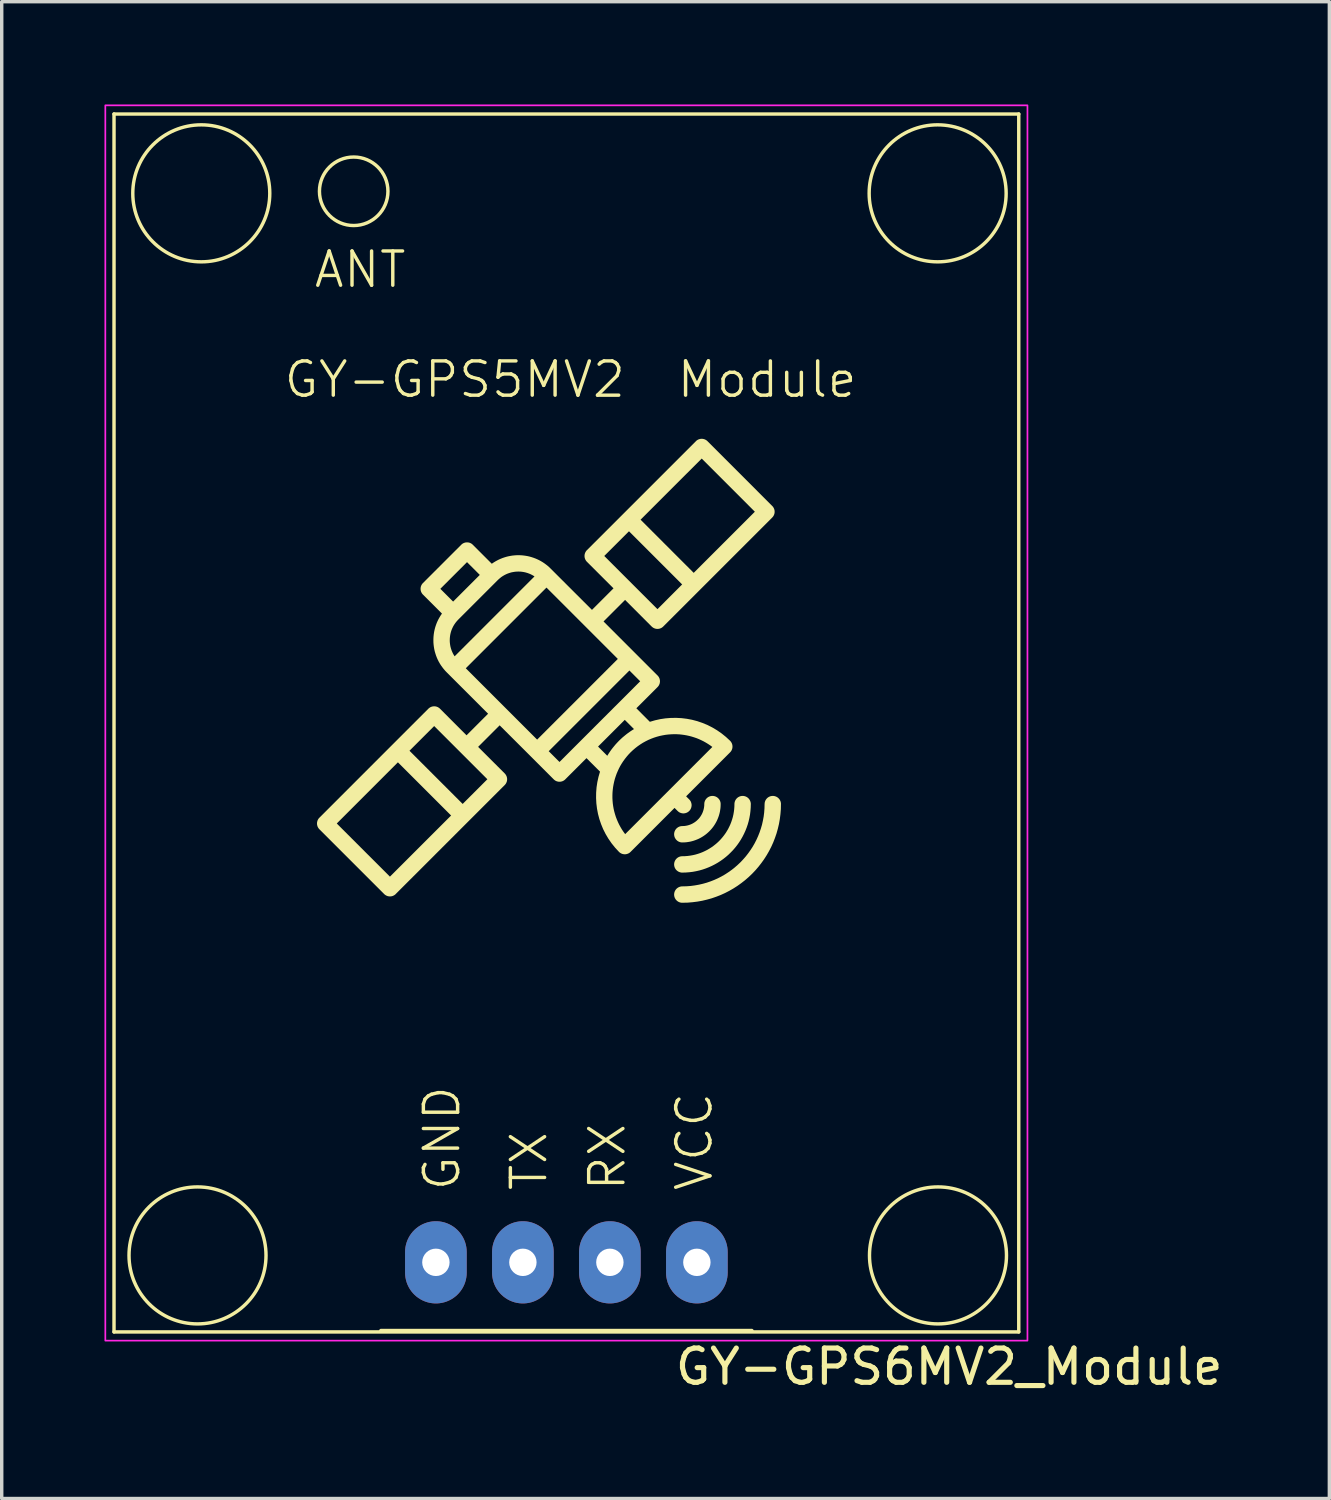
<source format=kicad_pcb>
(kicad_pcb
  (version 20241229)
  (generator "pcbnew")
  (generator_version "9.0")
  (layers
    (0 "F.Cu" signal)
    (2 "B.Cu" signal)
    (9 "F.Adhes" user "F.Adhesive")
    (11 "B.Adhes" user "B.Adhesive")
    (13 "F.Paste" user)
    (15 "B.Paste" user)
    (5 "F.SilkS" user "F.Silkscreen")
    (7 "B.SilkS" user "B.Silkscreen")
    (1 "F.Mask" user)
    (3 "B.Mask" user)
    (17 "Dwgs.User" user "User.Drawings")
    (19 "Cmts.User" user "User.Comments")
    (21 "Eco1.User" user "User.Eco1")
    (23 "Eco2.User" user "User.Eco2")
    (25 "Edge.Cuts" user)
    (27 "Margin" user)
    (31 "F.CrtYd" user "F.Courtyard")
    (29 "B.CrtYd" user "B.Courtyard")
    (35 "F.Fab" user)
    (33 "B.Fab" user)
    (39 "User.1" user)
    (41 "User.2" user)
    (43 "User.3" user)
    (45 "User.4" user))
  (footprint "GY-GPS6MV2_Module"
    (layer "F.Cu")
    (at 13.487 19.075)
    (property "Reference" "GY-GPS6MV2_Module" (at 11.176 17.78 0) (layer "F.SilkS") (effects (font (size 1 1) (thickness 0.15))))
    (attr through_hole)
    (fp_line (start -13.208 -18.796) (end -13.208 16.764) (stroke (width 0.1) (type default)) (layer "F.SilkS"))
    (fp_line (start -13.208 16.764) (end 13.208 16.764) (stroke (width 0.1) (type default)) (layer "F.SilkS"))
    (fp_line (start 5.41 16.732) (end -5.41 16.732) (stroke (width 0.12) (type default)) (layer "F.SilkS"))
    (fp_line (start 13.208 -18.796) (end -13.208 -18.796) (stroke (width 0.1) (type default)) (layer "F.SilkS"))
    (fp_line (start 13.208 16.764) (end 13.208 -18.796) (stroke (width 0.1) (type default)) (layer "F.SilkS"))
    (fp_circle (center -10.77 14.53) (end -8.77 14.53) (stroke (width 0.1) (type default)) (fill no) (layer "F.SilkS"))
    (fp_circle (center -10.66 -16.48) (end -8.66 -16.48) (stroke (width 0.1) (type default)) (fill no) (layer "F.SilkS"))
    (fp_circle (center -6.21 -16.54) (end -5.21 -16.54) (stroke (width 0.1) (type default)) (fill no) (layer "F.SilkS"))
    (fp_circle (center 10.84 -16.48) (end 12.84 -16.48) (stroke (width 0.1) (type default)) (fill no) (layer "F.SilkS"))
    (fp_circle (center 10.85 14.53) (end 12.85 14.53) (stroke (width 0.1) (type default)) (fill no) (layer "F.SilkS"))
    (fp_poly (pts (xy 4.278 1.114) (xy 4.29 1.115) (xy 4.302 1.117) (xy 4.314 1.119) (xy 4.325 1.121) (xy 4.336 1.125) (xy 4.348 1.128) (xy 4.358 1.133) (xy 4.369 1.137) (xy 4.379 1.143) (xy 4.389 1.148) (xy 4.399 1.155) (xy 4.408 1.161) (xy 4.417 1.168) (xy 4.426 1.176) (xy 4.434 1.184) (xy 4.442 1.192) (xy 4.45 1.201) (xy 4.457 1.21) (xy 4.464 1.219) (xy 4.47 1.229) (xy 4.476 1.239) (xy 4.481 1.249) (xy 4.486 1.26) (xy 4.49 1.271) (xy 4.494 1.282) (xy 4.497 1.293) (xy 4.5 1.305) (xy 4.502 1.316) (xy 4.503 1.328) (xy 4.504 1.341) (xy 4.504 1.353) (xy 4.503 1.41) (xy 4.499 1.467) (xy 4.491 1.523) (xy 4.482 1.578) (xy 4.469 1.632) (xy 4.454 1.685) (xy 4.436 1.737) (xy 4.416 1.788) (xy 4.394 1.838) (xy 4.369 1.886) (xy 4.342 1.933) (xy 4.313 1.978) (xy 4.282 2.022) (xy 4.248 2.065) (xy 4.213 2.105) (xy 4.176 2.144) (xy 4.137 2.181) (xy 4.097 2.216) (xy 4.054 2.25) (xy 4.01 2.281) (xy 3.965 2.31) (xy 3.918 2.337) (xy 3.87 2.362) (xy 3.82 2.384) (xy 3.769 2.404) (xy 3.717 2.422) (xy 3.664 2.437) (xy 3.61 2.45) (xy 3.555 2.459) (xy 3.499 2.467) (xy 3.442 2.471) (xy 3.385 2.472) (xy 3.373 2.472) (xy 3.36 2.471) (xy 3.349 2.47) (xy 3.337 2.468) (xy 3.325 2.465) (xy 3.314 2.462) (xy 3.303 2.458) (xy 3.292 2.454) (xy 3.281 2.449) (xy 3.271 2.444) (xy 3.261 2.438) (xy 3.251 2.432) (xy 3.242 2.425) (xy 3.233 2.418) (xy 3.224 2.41) (xy 3.216 2.402) (xy 3.208 2.394) (xy 3.2 2.385) (xy 3.193 2.376) (xy 3.187 2.367) (xy 3.181 2.357) (xy 3.175 2.347) (xy 3.169 2.337) (xy 3.165 2.326) (xy 3.16 2.316) (xy 3.157 2.304) (xy 3.153 2.293) (xy 3.151 2.282) (xy 3.149 2.27) (xy 3.147 2.258) (xy 3.146 2.246) (xy 3.146 2.233) (xy 3.146 2.221) (xy 3.147 2.209) (xy 3.149 2.197) (xy 3.151 2.185) (xy 3.153 2.174) (xy 3.157 2.162) (xy 3.16 2.151) (xy 3.165 2.14) (xy 3.169 2.13) (xy 3.175 2.119) (xy 3.181 2.109) (xy 3.187 2.1) (xy 3.193 2.09) (xy 3.2 2.081) (xy 3.208 2.073) (xy 3.216 2.064) (xy 3.224 2.056) (xy 3.233 2.049) (xy 3.242 2.042) (xy 3.251 2.035) (xy 3.261 2.029) (xy 3.271 2.023) (xy 3.281 2.018) (xy 3.292 2.013) (xy 3.303 2.009) (xy 3.314 2.005) (xy 3.325 2.002) (xy 3.337 1.999) (xy 3.349 1.997) (xy 3.36 1.996) (xy 3.373 1.995) (xy 3.385 1.994) (xy 3.418 1.993) (xy 3.45 1.991) (xy 3.482 1.987) (xy 3.514 1.981) (xy 3.545 1.974) (xy 3.575 1.965) (xy 3.605 1.955) (xy 3.634 1.944) (xy 3.663 1.931) (xy 3.69 1.917) (xy 3.717 1.901) (xy 3.743 1.885) (xy 3.768 1.867) (xy 3.793 1.848) (xy 3.816 1.827) (xy 3.838 1.806) (xy 3.86 1.784) (xy 3.88 1.761) (xy 3.899 1.736) (xy 3.917 1.711) (xy 3.933 1.685) (xy 3.949 1.658) (xy 3.963 1.631) (xy 3.976 1.602) (xy 3.987 1.573) (xy 3.997 1.543) (xy 4.006 1.513) (xy 4.013 1.482) (xy 4.019 1.45) (xy 4.023 1.418) (xy 4.026 1.386) (xy 4.026 1.353) (xy 4.027 1.341) (xy 4.028 1.328) (xy 4.029 1.316) (xy 4.031 1.305) (xy 4.034 1.293) (xy 4.037 1.282) (xy 4.041 1.271) (xy 4.045 1.26) (xy 4.05 1.249) (xy 4.055 1.239) (xy 4.061 1.229) (xy 4.067 1.219) (xy 4.074 1.21) (xy 4.081 1.201) (xy 4.088 1.192) (xy 4.096 1.184) (xy 4.105 1.176) (xy 4.113 1.168) (xy 4.122 1.161) (xy 4.132 1.155) (xy 4.141 1.148) (xy 4.151 1.143) (xy 4.162 1.137) (xy 4.172 1.133) (xy 4.183 1.128) (xy 4.194 1.125) (xy 4.206 1.121) (xy 4.217 1.119) (xy 4.229 1.117) (xy 4.241 1.115) (xy 4.253 1.114) (xy 4.265 1.114)) (stroke (width 0) (type solid)) (fill yes) (layer "F.SilkS"))
    (fp_poly (pts (xy 5.158 1.114) (xy 5.17 1.115) (xy 5.182 1.117) (xy 5.194 1.119) (xy 5.206 1.121) (xy 5.217 1.125) (xy 5.228 1.128) (xy 5.239 1.133) (xy 5.249 1.137) (xy 5.26 1.143) (xy 5.27 1.148) (xy 5.279 1.155) (xy 5.289 1.161) (xy 5.298 1.168) (xy 5.307 1.176) (xy 5.315 1.184) (xy 5.323 1.192) (xy 5.33 1.201) (xy 5.337 1.21) (xy 5.344 1.219) (xy 5.35 1.229) (xy 5.356 1.239) (xy 5.361 1.249) (xy 5.366 1.26) (xy 5.37 1.271) (xy 5.374 1.282) (xy 5.377 1.293) (xy 5.38 1.305) (xy 5.382 1.316) (xy 5.384 1.328) (xy 5.385 1.341) (xy 5.385 1.353) (xy 5.382 1.456) (xy 5.374 1.557) (xy 5.362 1.657) (xy 5.344 1.755) (xy 5.322 1.852) (xy 5.295 1.947) (xy 5.263 2.04) (xy 5.227 2.131) (xy 5.187 2.219) (xy 5.143 2.305) (xy 5.095 2.389) (xy 5.043 2.47) (xy 4.987 2.549) (xy 4.928 2.624) (xy 4.865 2.697) (xy 4.798 2.766) (xy 4.729 2.833) (xy 4.656 2.896) (xy 4.581 2.955) (xy 4.502 3.011) (xy 4.421 3.063) (xy 4.337 3.111) (xy 4.251 3.155) (xy 4.163 3.195) (xy 4.072 3.231) (xy 3.979 3.263) (xy 3.884 3.29) (xy 3.787 3.312) (xy 3.689 3.33) (xy 3.589 3.342) (xy 3.488 3.35) (xy 3.385 3.353) (xy 3.373 3.353) (xy 3.36 3.352) (xy 3.348 3.35) (xy 3.337 3.348) (xy 3.325 3.345) (xy 3.314 3.342) (xy 3.303 3.338) (xy 3.292 3.334) (xy 3.281 3.329) (xy 3.271 3.324) (xy 3.261 3.318) (xy 3.251 3.312) (xy 3.242 3.305) (xy 3.233 3.298) (xy 3.224 3.291) (xy 3.216 3.283) (xy 3.208 3.275) (xy 3.2 3.266) (xy 3.193 3.257) (xy 3.187 3.247) (xy 3.18 3.238) (xy 3.175 3.228) (xy 3.169 3.217) (xy 3.165 3.207) (xy 3.16 3.196) (xy 3.157 3.185) (xy 3.153 3.174) (xy 3.151 3.162) (xy 3.149 3.15) (xy 3.147 3.138) (xy 3.146 3.126) (xy 3.146 3.114) (xy 3.146 3.102) (xy 3.147 3.089) (xy 3.149 3.077) (xy 3.151 3.066) (xy 3.153 3.054) (xy 3.157 3.043) (xy 3.16 3.032) (xy 3.165 3.021) (xy 3.169 3.01) (xy 3.175 3) (xy 3.18 2.99) (xy 3.187 2.98) (xy 3.193 2.971) (xy 3.2 2.962) (xy 3.208 2.953) (xy 3.216 2.945) (xy 3.224 2.937) (xy 3.233 2.929) (xy 3.242 2.922) (xy 3.251 2.916) (xy 3.261 2.909) (xy 3.271 2.904) (xy 3.281 2.898) (xy 3.292 2.894) (xy 3.303 2.889) (xy 3.314 2.886) (xy 3.325 2.882) (xy 3.337 2.88) (xy 3.348 2.878) (xy 3.36 2.876) (xy 3.373 2.875) (xy 3.385 2.875) (xy 3.463 2.873) (xy 3.54 2.867) (xy 3.616 2.857) (xy 3.691 2.844) (xy 3.765 2.827) (xy 3.837 2.806) (xy 3.908 2.782) (xy 3.977 2.755) (xy 4.044 2.724) (xy 4.11 2.691) (xy 4.173 2.654) (xy 4.235 2.615) (xy 4.295 2.572) (xy 4.352 2.527) (xy 4.408 2.479) (xy 4.461 2.429) (xy 4.511 2.376) (xy 4.559 2.32) (xy 4.604 2.263) (xy 4.647 2.203) (xy 4.686 2.141) (xy 4.723 2.078) (xy 4.756 2.012) (xy 4.787 1.945) (xy 4.814 1.876) (xy 4.838 1.805) (xy 4.859 1.733) (xy 4.876 1.659) (xy 4.889 1.584) (xy 4.899 1.508) (xy 4.905 1.431) (xy 4.907 1.353) (xy 4.907 1.341) (xy 4.908 1.328) (xy 4.91 1.316) (xy 4.912 1.305) (xy 4.914 1.293) (xy 4.918 1.282) (xy 4.921 1.271) (xy 4.926 1.26) (xy 4.93 1.249) (xy 4.936 1.239) (xy 4.941 1.229) (xy 4.948 1.219) (xy 4.954 1.21) (xy 4.961 1.201) (xy 4.969 1.192) (xy 4.977 1.184) (xy 4.985 1.176) (xy 4.994 1.168) (xy 5.003 1.161) (xy 5.012 1.155) (xy 5.022 1.148) (xy 5.032 1.143) (xy 5.042 1.137) (xy 5.053 1.133) (xy 5.064 1.128) (xy 5.075 1.125) (xy 5.086 1.121) (xy 5.098 1.119) (xy 5.109 1.117) (xy 5.121 1.115) (xy 5.134 1.114) (xy 5.146 1.114)) (stroke (width 0) (type solid)) (fill yes) (layer "F.SilkS"))
    (fp_poly (pts (xy 6.039 1.114) (xy 6.051 1.115) (xy 6.063 1.117) (xy 6.074 1.119) (xy 6.086 1.121) (xy 6.097 1.125) (xy 6.108 1.128) (xy 6.119 1.133) (xy 6.13 1.137) (xy 6.14 1.143) (xy 6.15 1.148) (xy 6.16 1.155) (xy 6.169 1.161) (xy 6.178 1.168) (xy 6.187 1.176) (xy 6.195 1.184) (xy 6.203 1.192) (xy 6.211 1.201) (xy 6.218 1.21) (xy 6.225 1.219) (xy 6.231 1.229) (xy 6.236 1.239) (xy 6.242 1.249) (xy 6.247 1.26) (xy 6.251 1.271) (xy 6.255 1.282) (xy 6.258 1.293) (xy 6.26 1.305) (xy 6.263 1.316) (xy 6.264 1.328) (xy 6.265 1.341) (xy 6.265 1.353) (xy 6.262 1.501) (xy 6.25 1.647) (xy 6.232 1.791) (xy 6.207 1.933) (xy 6.174 2.072) (xy 6.136 2.208) (xy 6.09 2.342) (xy 6.039 2.473) (xy 5.981 2.601) (xy 5.917 2.725) (xy 5.848 2.845) (xy 5.773 2.962) (xy 5.692 3.075) (xy 5.607 3.184) (xy 5.516 3.289) (xy 5.421 3.389) (xy 5.321 3.484) (xy 5.216 3.575) (xy 5.107 3.66) (xy 4.994 3.741) (xy 4.877 3.816) (xy 4.757 3.885) (xy 4.633 3.949) (xy 4.505 4.007) (xy 4.374 4.058) (xy 4.241 4.104) (xy 4.104 4.142) (xy 3.965 4.175) (xy 3.823 4.2) (xy 3.679 4.218) (xy 3.533 4.23) (xy 3.385 4.233) (xy 3.373 4.233) (xy 3.36 4.232) (xy 3.349 4.231) (xy 3.337 4.228) (xy 3.325 4.226) (xy 3.314 4.223) (xy 3.303 4.219) (xy 3.292 4.214) (xy 3.281 4.21) (xy 3.271 4.204) (xy 3.261 4.199) (xy 3.251 4.192) (xy 3.242 4.186) (xy 3.233 4.179) (xy 3.224 4.171) (xy 3.216 4.163) (xy 3.208 4.155) (xy 3.2 4.146) (xy 3.193 4.137) (xy 3.187 4.128) (xy 3.181 4.118) (xy 3.175 4.108) (xy 3.169 4.098) (xy 3.165 4.087) (xy 3.16 4.076) (xy 3.157 4.065) (xy 3.153 4.054) (xy 3.151 4.042) (xy 3.149 4.031) (xy 3.147 4.019) (xy 3.146 4.007) (xy 3.146 3.994) (xy 3.146 3.982) (xy 3.147 3.97) (xy 3.149 3.958) (xy 3.151 3.946) (xy 3.153 3.935) (xy 3.157 3.923) (xy 3.16 3.912) (xy 3.165 3.901) (xy 3.169 3.891) (xy 3.175 3.88) (xy 3.181 3.87) (xy 3.187 3.861) (xy 3.193 3.851) (xy 3.2 3.842) (xy 3.208 3.834) (xy 3.216 3.825) (xy 3.224 3.817) (xy 3.233 3.81) (xy 3.242 3.803) (xy 3.251 3.796) (xy 3.261 3.79) (xy 3.271 3.784) (xy 3.281 3.779) (xy 3.292 3.774) (xy 3.303 3.77) (xy 3.314 3.766) (xy 3.325 3.763) (xy 3.337 3.76) (xy 3.349 3.758) (xy 3.36 3.756) (xy 3.373 3.756) (xy 3.385 3.755) (xy 3.508 3.752) (xy 3.63 3.743) (xy 3.75 3.727) (xy 3.868 3.706) (xy 3.985 3.679) (xy 4.099 3.647) (xy 4.21 3.609) (xy 4.319 3.566) (xy 4.426 3.518) (xy 4.529 3.465) (xy 4.63 3.407) (xy 4.727 3.344) (xy 4.821 3.277) (xy 4.912 3.206) (xy 4.999 3.13) (xy 5.083 3.051) (xy 5.162 2.967) (xy 5.238 2.88) (xy 5.309 2.789) (xy 5.376 2.695) (xy 5.439 2.598) (xy 5.497 2.497) (xy 5.55 2.393) (xy 5.598 2.287) (xy 5.641 2.178) (xy 5.679 2.066) (xy 5.712 1.953) (xy 5.738 1.836) (xy 5.76 1.718) (xy 5.775 1.598) (xy 5.784 1.476) (xy 5.787 1.353) (xy 5.788 1.341) (xy 5.789 1.328) (xy 5.79 1.316) (xy 5.792 1.305) (xy 5.795 1.293) (xy 5.798 1.282) (xy 5.802 1.271) (xy 5.806 1.26) (xy 5.811 1.249) (xy 5.816 1.239) (xy 5.822 1.229) (xy 5.828 1.219) (xy 5.835 1.21) (xy 5.842 1.201) (xy 5.849 1.192) (xy 5.857 1.184) (xy 5.866 1.176) (xy 5.874 1.168) (xy 5.883 1.161) (xy 5.893 1.155) (xy 5.902 1.148) (xy 5.912 1.143) (xy 5.923 1.137) (xy 5.933 1.133) (xy 5.944 1.128) (xy 5.955 1.125) (xy 5.967 1.121) (xy 5.978 1.119) (xy 5.99 1.117) (xy 6.002 1.115) (xy 6.014 1.114) (xy 6.026 1.114)) (stroke (width 0) (type solid)) (fill yes) (layer "F.SilkS"))
    (fp_poly (pts (xy 3.962 -9.313) (xy 3.973 -9.312) (xy 3.985 -9.311) (xy 3.996 -9.309) (xy 4.007 -9.306) (xy 4.019 -9.303) (xy 4.03 -9.3) (xy 4.04 -9.296) (xy 4.051 -9.291) (xy 4.062 -9.286) (xy 4.072 -9.28) (xy 4.082 -9.274) (xy 4.092 -9.267) (xy 4.101 -9.26) (xy 4.111 -9.252) (xy 4.12 -9.243) (xy 6.01 -7.352) (xy 6.018 -7.344) (xy 6.026 -7.335) (xy 6.033 -7.326) (xy 6.04 -7.316) (xy 6.046 -7.306) (xy 6.052 -7.296) (xy 6.057 -7.286) (xy 6.062 -7.275) (xy 6.066 -7.264) (xy 6.07 -7.253) (xy 6.073 -7.242) (xy 6.076 -7.23) (xy 6.078 -7.219) (xy 6.079 -7.207) (xy 6.08 -7.195) (xy 6.08 -7.183) (xy 6.08 -7.172) (xy 6.079 -7.16) (xy 6.078 -7.148) (xy 6.076 -7.137) (xy 6.073 -7.125) (xy 6.07 -7.114) (xy 6.066 -7.103) (xy 6.062 -7.092) (xy 6.057 -7.081) (xy 6.052 -7.071) (xy 6.046 -7.061) (xy 6.04 -7.051) (xy 6.033 -7.041) (xy 6.026 -7.032) (xy 6.018 -7.023) (xy 6.01 -7.014) (xy 2.828 -3.832) (xy 2.819 -3.824) (xy 2.81 -3.816) (xy 2.8 -3.809) (xy 2.791 -3.802) (xy 2.781 -3.795) (xy 2.77 -3.79) (xy 2.76 -3.784) (xy 2.749 -3.78) (xy 2.738 -3.776) (xy 2.727 -3.772) (xy 2.716 -3.769) (xy 2.705 -3.767) (xy 2.693 -3.765) (xy 2.682 -3.763) (xy 2.671 -3.763) (xy 2.659 -3.762) (xy 2.648 -3.763) (xy 2.636 -3.763) (xy 2.625 -3.765) (xy 2.614 -3.767) (xy 2.602 -3.769) (xy 2.591 -3.772) (xy 2.58 -3.776) (xy 2.569 -3.78) (xy 2.559 -3.784) (xy 2.548 -3.79) (xy 2.538 -3.795) (xy 2.528 -3.802) (xy 2.518 -3.809) (xy 2.508 -3.816) (xy 2.499 -3.824) (xy 2.49 -3.832) (xy 1.714 -4.609) (xy 1.085 -3.98) (xy 2.662 -2.402) (xy 2.67 -2.394) (xy 2.678 -2.385) (xy 2.685 -2.375) (xy 2.692 -2.366) (xy 2.698 -2.356) (xy 2.704 -2.346) (xy 2.709 -2.335) (xy 2.714 -2.325) (xy 2.718 -2.314) (xy 2.722 -2.303) (xy 2.725 -2.291) (xy 2.727 -2.28) (xy 2.729 -2.268) (xy 2.731 -2.257) (xy 2.732 -2.245) (xy 2.732 -2.233) (xy 2.732 -2.221) (xy 2.731 -2.21) (xy 2.729 -2.198) (xy 2.727 -2.186) (xy 2.725 -2.175) (xy 2.722 -2.164) (xy 2.718 -2.153) (xy 2.714 -2.142) (xy 2.709 -2.131) (xy 2.704 -2.121) (xy 2.698 -2.11) (xy 2.692 -2.101) (xy 2.685 -2.091) (xy 2.678 -2.082) (xy 2.67 -2.073) (xy 2.662 -2.064) (xy 2.043 -1.445) (xy 2.437 -1.05) (xy 2.588 -1.094) (xy 2.741 -1.128) (xy 2.895 -1.151) (xy 3.05 -1.163) (xy 3.206 -1.165) (xy 3.362 -1.157) (xy 3.517 -1.138) (xy 3.67 -1.109) (xy 3.822 -1.069) (xy 3.971 -1.018) (xy 4.117 -0.958) (xy 4.259 -0.886) (xy 4.397 -0.804) (xy 4.53 -0.712) (xy 4.658 -0.609) (xy 4.78 -0.496) (xy 4.788 -0.487) (xy 4.796 -0.478) (xy 4.803 -0.468) (xy 4.81 -0.458) (xy 4.817 -0.448) (xy 4.822 -0.438) (xy 4.828 -0.427) (xy 4.832 -0.417) (xy 4.836 -0.406) (xy 4.84 -0.395) (xy 4.843 -0.384) (xy 4.845 -0.372) (xy 4.847 -0.361) (xy 4.849 -0.35) (xy 4.849 -0.338) (xy 4.85 -0.327) (xy 4.849 -0.315) (xy 4.849 -0.304) (xy 4.847 -0.292) (xy 4.845 -0.281) (xy 4.843 -0.27) (xy 4.84 -0.259) (xy 4.836 -0.248) (xy 4.832 -0.237) (xy 4.828 -0.226) (xy 4.822 -0.216) (xy 4.817 -0.205) (xy 4.81 -0.195) (xy 4.803 -0.185) (xy 4.796 -0.176) (xy 4.788 -0.167) (xy 4.78 -0.158) (xy 3.496 1.126) (xy 3.586 1.216) (xy 3.594 1.225) (xy 3.602 1.234) (xy 3.61 1.244) (xy 3.616 1.253) (xy 3.623 1.263) (xy 3.629 1.274) (xy 3.634 1.284) (xy 3.638 1.295) (xy 3.642 1.306) (xy 3.646 1.317) (xy 3.649 1.328) (xy 3.651 1.339) (xy 3.653 1.351) (xy 3.655 1.362) (xy 3.656 1.373) (xy 3.656 1.385) (xy 3.656 1.396) (xy 3.655 1.408) (xy 3.653 1.419) (xy 3.651 1.43) (xy 3.649 1.442) (xy 3.646 1.453) (xy 3.642 1.464) (xy 3.638 1.475) (xy 3.634 1.485) (xy 3.629 1.496) (xy 3.623 1.506) (xy 3.616 1.516) (xy 3.61 1.526) (xy 3.602 1.536) (xy 3.594 1.545) (xy 3.586 1.554) (xy 3.577 1.562) (xy 3.568 1.57) (xy 3.558 1.578) (xy 3.548 1.584) (xy 3.538 1.591) (xy 3.528 1.597) (xy 3.517 1.602) (xy 3.507 1.606) (xy 3.496 1.61) (xy 3.485 1.614) (xy 3.474 1.617) (xy 3.462 1.619) (xy 3.451 1.621) (xy 3.44 1.623) (xy 3.428 1.624) (xy 3.417 1.624) (xy 3.405 1.624) (xy 3.394 1.623) (xy 3.383 1.621) (xy 3.371 1.619) (xy 3.36 1.617) (xy 3.349 1.614) (xy 3.338 1.61) (xy 3.327 1.606) (xy 3.316 1.602) (xy 3.306 1.597) (xy 3.295 1.591) (xy 3.285 1.584) (xy 3.276 1.578) (xy 3.266 1.57) (xy 3.257 1.562) (xy 3.248 1.554) (xy 3.158 1.464) (xy 1.874 2.748) (xy 1.865 2.756) (xy 1.856 2.764) (xy 1.847 2.772) (xy 1.837 2.778) (xy 1.827 2.785) (xy 1.816 2.79) (xy 1.806 2.796) (xy 1.795 2.8) (xy 1.784 2.804) (xy 1.773 2.808) (xy 1.762 2.811) (xy 1.751 2.813) (xy 1.74 2.815) (xy 1.728 2.817) (xy 1.717 2.817) (xy 1.705 2.818) (xy 1.694 2.817) (xy 1.682 2.817) (xy 1.671 2.815) (xy 1.66 2.813) (xy 1.648 2.811) (xy 1.637 2.808) (xy 1.626 2.804) (xy 1.615 2.8) (xy 1.605 2.796) (xy 1.594 2.79) (xy 1.584 2.785) (xy 1.574 2.778) (xy 1.564 2.772) (xy 1.554 2.764) (xy 1.545 2.756) (xy 1.536 2.748) (xy 1.423 2.626) (xy 1.32 2.498) (xy 1.228 2.365) (xy 1.146 2.227) (xy 1.074 2.085) (xy 1.014 1.939) (xy 0.963 1.79) (xy 0.923 1.638) (xy 0.894 1.485) (xy 0.875 1.33) (xy 0.867 1.174) (xy 0.868 1.093) (xy 1.344 1.093) (xy 1.344 1.173) (xy 1.348 1.253) (xy 1.355 1.333) (xy 1.366 1.413) (xy 1.38 1.492) (xy 1.398 1.57) (xy 1.42 1.648) (xy 1.444 1.725) (xy 1.473 1.801) (xy 1.505 1.876) (xy 1.54 1.95) (xy 1.579 2.022) (xy 1.621 2.093) (xy 1.667 2.162) (xy 1.716 2.23) (xy 4.262 -0.316) (xy 4.2 -0.361) (xy 4.137 -0.403) (xy 4.073 -0.442) (xy 4.007 -0.479) (xy 3.94 -0.512) (xy 3.873 -0.543) (xy 3.804 -0.571) (xy 3.734 -0.595) (xy 3.664 -0.617) (xy 3.593 -0.636) (xy 3.521 -0.652) (xy 3.449 -0.665) (xy 3.377 -0.675) (xy 3.304 -0.683) (xy 3.231 -0.687) (xy 3.158 -0.689) (xy 3.071 -0.686) (xy 2.984 -0.68) (xy 2.897 -0.67) (xy 2.811 -0.655) (xy 2.726 -0.637) (xy 2.641 -0.614) (xy 2.557 -0.587) (xy 2.475 -0.556) (xy 2.393 -0.521) (xy 2.313 -0.481) (xy 2.235 -0.438) (xy 2.159 -0.39) (xy 2.084 -0.338) (xy 2.012 -0.282) (xy 1.942 -0.222) (xy 1.874 -0.158) (xy 1.815 -0.096) (xy 1.759 -0.031) (xy 1.707 0.035) (xy 1.658 0.103) (xy 1.613 0.172) (xy 1.571 0.243) (xy 1.533 0.316) (xy 1.499 0.39) (xy 1.467 0.465) (xy 1.44 0.541) (xy 1.415 0.618) (xy 1.395 0.696) (xy 1.378 0.775) (xy 1.364 0.854) (xy 1.354 0.933) (xy 1.347 1.013) (xy 1.344 1.093) (xy 0.868 1.093) (xy 0.869 1.018) (xy 0.881 0.863) (xy 0.904 0.709) (xy 0.938 0.556) (xy 0.982 0.405) (xy 0.587 0.011) (xy -0.032 0.63) (xy -0.041 0.639) (xy -0.05 0.646) (xy -0.06 0.654) (xy -0.07 0.661) (xy -0.08 0.667) (xy -0.09 0.673) (xy -0.101 0.678) (xy -0.111 0.683) (xy -0.122 0.687) (xy -0.133 0.69) (xy -0.144 0.693) (xy -0.156 0.696) (xy -0.167 0.698) (xy -0.178 0.699) (xy -0.19 0.7) (xy -0.201 0.7) (xy -0.213 0.7) (xy -0.224 0.699) (xy -0.235 0.698) (xy -0.247 0.696) (xy -0.258 0.693) (xy -0.269 0.69) (xy -0.28 0.687) (xy -0.291 0.683) (xy -0.302 0.678) (xy -0.312 0.673) (xy -0.323 0.667) (xy -0.333 0.661) (xy -0.342 0.654) (xy -0.352 0.646) (xy -0.361 0.638) (xy -0.37 0.63) (xy -1.192 -0.192) (xy -0.516 -0.192) (xy -0.201 0.123) (xy 0.249 -0.327) (xy 0.925 -0.327) (xy 1.194 -0.058) (xy 1.23 -0.116) (xy 1.269 -0.174) (xy 1.308 -0.23) (xy 1.35 -0.285) (xy 1.394 -0.339) (xy 1.439 -0.393) (xy 1.487 -0.445) (xy 1.536 -0.496) (xy 1.587 -0.545) (xy 1.639 -0.593) (xy 1.693 -0.638) (xy 1.747 -0.682) (xy 1.802 -0.724) (xy 1.859 -0.764) (xy 1.916 -0.802) (xy 1.974 -0.838) (xy 1.705 -1.107) (xy 0.925 -0.327) (xy 0.249 -0.327) (xy 2.155 -2.233) (xy 1.84 -2.548) (xy -0.516 -0.192) (xy -1.192 -0.192) (xy -1.948 -0.947) (xy -2.577 -0.318) (xy -1.8 0.458) (xy -1.792 0.467) (xy -1.784 0.476) (xy -1.777 0.486) (xy -1.77 0.496) (xy -1.763 0.506) (xy -1.758 0.516) (xy -1.753 0.527) (xy -1.748 0.537) (xy -1.744 0.548) (xy -1.74 0.559) (xy -1.737 0.57) (xy -1.735 0.582) (xy -1.733 0.593) (xy -1.731 0.604) (xy -1.731 0.616) (xy -1.73 0.627) (xy -1.731 0.639) (xy -1.731 0.65) (xy -1.733 0.662) (xy -1.735 0.673) (xy -1.737 0.684) (xy -1.74 0.695) (xy -1.744 0.706) (xy -1.748 0.717) (xy -1.753 0.728) (xy -1.758 0.738) (xy -1.763 0.749) (xy -1.77 0.759) (xy -1.777 0.769) (xy -1.784 0.778) (xy -1.792 0.787) (xy -1.8 0.796) (xy -4.983 3.978) (xy -4.991 3.987) (xy -5.001 3.995) (xy -5.01 4.002) (xy -5.02 4.009) (xy -5.03 4.015) (xy -5.04 4.021) (xy -5.051 4.026) (xy -5.062 4.031) (xy -5.072 4.035) (xy -5.083 4.039) (xy -5.095 4.042) (xy -5.106 4.044) (xy -5.117 4.046) (xy -5.129 4.047) (xy -5.14 4.048) (xy -5.152 4.048) (xy -5.163 4.048) (xy -5.174 4.047) (xy -5.186 4.046) (xy -5.197 4.044) (xy -5.208 4.042) (xy -5.22 4.039) (xy -5.231 4.035) (xy -5.241 4.031) (xy -5.252 4.026) (xy -5.263 4.021) (xy -5.273 4.015) (xy -5.283 4.009) (xy -5.293 4.002) (xy -5.302 3.995) (xy -5.312 3.987) (xy -5.321 3.978) (xy -7.211 2.088) (xy -7.22 2.079) (xy -7.228 2.069) (xy -7.235 2.06) (xy -7.242 2.05) (xy -7.248 2.04) (xy -7.254 2.03) (xy -7.259 2.019) (xy -7.264 2.008) (xy -7.268 1.998) (xy -7.271 1.987) (xy -7.274 1.975) (xy -7.277 1.964) (xy -7.279 1.953) (xy -7.28 1.941) (xy -7.281 1.93) (xy -7.281 1.919) (xy -7.281 1.919) (xy -6.704 1.919) (xy -5.152 3.471) (xy -3.366 1.686) (xy -4.919 0.133) (xy -6.704 1.919) (xy -7.281 1.919) (xy -7.281 1.907) (xy -7.28 1.896) (xy -7.279 1.884) (xy -7.277 1.873) (xy -7.274 1.862) (xy -7.271 1.85) (xy -7.268 1.839) (xy -7.264 1.829) (xy -7.259 1.818) (xy -7.254 1.807) (xy -7.248 1.797) (xy -7.242 1.787) (xy -7.235 1.777) (xy -7.228 1.768) (xy -7.22 1.758) (xy -7.211 1.75) (xy -5.257 -0.205) (xy -4.581 -0.205) (xy -3.028 1.348) (xy -2.307 0.627) (xy -3.86 -0.926) (xy -4.581 -0.205) (xy -5.257 -0.205) (xy -4.029 -1.433) (xy -4.02 -1.441) (xy -4.011 -1.449) (xy -4.001 -1.456) (xy -3.992 -1.463) (xy -3.982 -1.47) (xy -3.971 -1.475) (xy -3.961 -1.481) (xy -3.95 -1.485) (xy -3.939 -1.489) (xy -3.928 -1.493) (xy -3.917 -1.496) (xy -3.906 -1.498) (xy -3.894 -1.5) (xy -3.883 -1.502) (xy -3.872 -1.502) (xy -3.86 -1.503) (xy -3.849 -1.502) (xy -3.837 -1.502) (xy -3.826 -1.5) (xy -3.814 -1.498) (xy -3.803 -1.496) (xy -3.792 -1.493) (xy -3.781 -1.489) (xy -3.77 -1.485) (xy -3.759 -1.481) (xy -3.749 -1.475) (xy -3.739 -1.47) (xy -3.729 -1.463) (xy -3.719 -1.456) (xy -3.709 -1.449) (xy -3.7 -1.441) (xy -3.691 -1.433) (xy -2.915 -0.656) (xy -2.286 -1.286) (xy -3.494 -2.494) (xy -3.54 -2.542) (xy -3.583 -2.592) (xy -3.599 -2.613) (xy -2.937 -2.613) (xy -0.854 -0.53) (xy 1.502 -2.886) (xy -0.581 -4.969) (xy -2.937 -2.613) (xy -3.599 -2.613) (xy -3.623 -2.644) (xy -3.661 -2.697) (xy -3.696 -2.752) (xy -3.728 -2.808) (xy -3.757 -2.866) (xy -3.783 -2.925) (xy -3.806 -2.985) (xy -3.826 -3.047) (xy -3.844 -3.109) (xy -3.858 -3.172) (xy -3.869 -3.237) (xy -3.877 -3.302) (xy -3.882 -3.367) (xy -3.883 -3.434) (xy -3.405 -3.434) (xy -3.405 -3.402) (xy -3.403 -3.37) (xy -3.4 -3.339) (xy -3.396 -3.308) (xy -3.391 -3.277) (xy -3.385 -3.246) (xy -3.377 -3.216) (xy -3.369 -3.186) (xy -3.359 -3.157) (xy -3.349 -3.127) (xy -3.337 -3.099) (xy -3.324 -3.07) (xy -3.311 -3.043) (xy -3.296 -3.015) (xy -3.28 -2.989) (xy -3.263 -2.962) (xy -0.931 -5.295) (xy -0.957 -5.312) (xy -0.985 -5.328) (xy -1.013 -5.343) (xy -1.041 -5.357) (xy -1.07 -5.37) (xy -1.099 -5.381) (xy -1.128 -5.392) (xy -1.158 -5.401) (xy -1.188 -5.41) (xy -1.218 -5.417) (xy -1.248 -5.423) (xy -1.279 -5.428) (xy -1.309 -5.432) (xy -1.34 -5.435) (xy -1.371 -5.436) (xy -1.401 -5.437) (xy -1.442 -5.436) (xy -1.483 -5.433) (xy -1.524 -5.428) (xy -1.564 -5.421) (xy -1.604 -5.413) (xy -1.644 -5.402) (xy -1.683 -5.389) (xy -1.722 -5.375) (xy -1.76 -5.358) (xy -1.797 -5.34) (xy -1.834 -5.319) (xy -1.87 -5.297) (xy -1.905 -5.273) (xy -1.938 -5.246) (xy -1.971 -5.218) (xy -2.003 -5.188) (xy -3.156 -4.035) (xy -3.185 -4.004) (xy -3.213 -3.972) (xy -3.239 -3.939) (xy -3.263 -3.905) (xy -3.285 -3.87) (xy -3.306 -3.834) (xy -3.324 -3.797) (xy -3.341 -3.759) (xy -3.356 -3.721) (xy -3.369 -3.681) (xy -3.38 -3.641) (xy -3.389 -3.601) (xy -3.396 -3.56) (xy -3.401 -3.518) (xy -3.404 -3.476) (xy -3.405 -3.434) (xy -3.883 -3.434) (xy -3.883 -3.434) (xy -3.882 -3.486) (xy -3.879 -3.539) (xy -3.874 -3.591) (xy -3.867 -3.642) (xy -3.858 -3.694) (xy -3.847 -3.744) (xy -3.834 -3.794) (xy -3.819 -3.843) (xy -3.802 -3.892) (xy -3.784 -3.94) (xy -3.763 -3.987) (xy -3.741 -4.033) (xy -3.716 -4.079) (xy -3.69 -4.123) (xy -3.663 -4.167) (xy -3.633 -4.21) (xy -4.187 -4.764) (xy -4.196 -4.773) (xy -4.204 -4.782) (xy -4.211 -4.792) (xy -4.218 -4.802) (xy -4.224 -4.812) (xy -4.23 -4.822) (xy -4.235 -4.832) (xy -4.24 -4.843) (xy -4.244 -4.854) (xy -4.248 -4.865) (xy -4.251 -4.876) (xy -4.253 -4.887) (xy -4.255 -4.899) (xy -4.256 -4.91) (xy -4.257 -4.922) (xy -4.257 -4.933) (xy -3.68 -4.933) (xy -3.307 -4.56) (xy -2.528 -5.339) (xy -2.901 -5.712) (xy -3.68 -4.933) (xy -4.257 -4.933) (xy -4.257 -4.933) (xy -4.257 -4.945) (xy -4.256 -4.956) (xy -4.255 -4.967) (xy -4.253 -4.979) (xy -4.251 -4.99) (xy -4.248 -5.001) (xy -4.244 -5.012) (xy -4.24 -5.023) (xy -4.235 -5.034) (xy -4.23 -5.044) (xy -4.224 -5.055) (xy -4.218 -5.065) (xy -4.211 -5.074) (xy -4.204 -5.084) (xy -4.196 -5.093) (xy -4.187 -5.102) (xy -3.07 -6.219) (xy -3.061 -6.228) (xy -3.052 -6.235) (xy -3.043 -6.243) (xy -3.034 -6.249) (xy -3.024 -6.256) (xy -3.014 -6.261) (xy -3.003 -6.267) (xy -2.992 -6.271) (xy -2.982 -6.275) (xy -2.971 -6.279) (xy -2.959 -6.282) (xy -2.948 -6.285) (xy -2.936 -6.287) (xy -2.925 -6.288) (xy -2.913 -6.289) (xy -2.901 -6.289) (xy -2.889 -6.289) (xy -2.877 -6.288) (xy -2.866 -6.287) (xy -2.854 -6.285) (xy -2.843 -6.282) (xy -2.831 -6.279) (xy -2.82 -6.276) (xy -2.81 -6.271) (xy -2.799 -6.267) (xy -2.788 -6.261) (xy -2.778 -6.256) (xy -2.768 -6.249) (xy -2.759 -6.243) (xy -2.75 -6.235) (xy -2.741 -6.228) (xy -2.732 -6.219) (xy -2.178 -5.665) (xy -2.128 -5.699) (xy -2.078 -5.73) (xy -2.026 -5.759) (xy -1.974 -5.786) (xy -1.921 -5.809) (xy -1.867 -5.831) (xy -1.812 -5.85) (xy -1.756 -5.867) (xy -1.7 -5.881) (xy -1.644 -5.892) (xy -1.587 -5.902) (xy -1.53 -5.908) (xy -1.472 -5.913) (xy -1.415 -5.915) (xy -1.358 -5.914) (xy -1.3 -5.911) (xy -1.243 -5.905) (xy -1.186 -5.897) (xy -1.129 -5.887) (xy -1.073 -5.874) (xy -1.017 -5.858) (xy -0.962 -5.84) (xy -0.908 -5.82) (xy -0.854 -5.797) (xy -0.801 -5.772) (xy -0.749 -5.744) (xy -0.698 -5.714) (xy -0.648 -5.681) (xy -0.6 -5.646) (xy -0.552 -5.609) (xy -0.507 -5.569) (xy -0.462 -5.526) (xy 0.747 -4.318) (xy 1.376 -4.947) (xy 0.599 -5.723) (xy 0.591 -5.732) (xy 0.583 -5.741) (xy 0.576 -5.75) (xy 0.57 -5.76) (xy 0.563 -5.769) (xy 0.558 -5.78) (xy 0.552 -5.79) (xy 0.548 -5.801) (xy 0.543 -5.812) (xy 0.54 -5.823) (xy 0.537 -5.834) (xy 0.534 -5.845) (xy 0.532 -5.857) (xy 0.531 -5.869) (xy 0.53 -5.88) (xy 0.529 -5.892) (xy 0.529 -5.892) (xy 1.106 -5.892) (xy 2.659 -4.339) (xy 3.38 -5.061) (xy 1.828 -6.613) (xy 1.106 -5.892) (xy 0.529 -5.892) (xy 0.53 -5.904) (xy 0.531 -5.916) (xy 0.532 -5.927) (xy 0.534 -5.939) (xy 0.537 -5.95) (xy 0.54 -5.962) (xy 0.543 -5.973) (xy 0.548 -5.984) (xy 0.552 -5.994) (xy 0.558 -6.005) (xy 0.563 -6.015) (xy 0.57 -6.025) (xy 0.576 -6.034) (xy 0.583 -6.044) (xy 0.591 -6.053) (xy 0.599 -6.061) (xy 1.49 -6.951) (xy 2.166 -6.951) (xy 3.718 -5.399) (xy 5.503 -7.184) (xy 3.951 -8.736) (xy 2.166 -6.951) (xy 1.49 -6.951) (xy 3.782 -9.243) (xy 3.79 -9.252) (xy 3.8 -9.26) (xy 3.809 -9.267) (xy 3.819 -9.274) (xy 3.829 -9.28) (xy 3.839 -9.286) (xy 3.85 -9.291) (xy 3.861 -9.296) (xy 3.871 -9.3) (xy 3.882 -9.303) (xy 3.894 -9.306) (xy 3.905 -9.309) (xy 3.916 -9.311) (xy 3.928 -9.312) (xy 3.939 -9.313) (xy 3.95 -9.313)) (stroke (width 0) (type solid)) (fill yes) (layer "F.SilkS"))
    (fp_rect (start -13.462 -19.05) (end 13.462 17.018) (stroke (width 0.05) (type default)) (fill no) (layer "F.CrtYd"))
    (fp_text user "VCC" (at 4.318 12.7 90) (unlocked yes) (layer "F.SilkS") (effects (font (size 1 1) (thickness 0.1)) (justify left bottom)))
    (fp_text user "RX" (at 1.778 12.7 90) (unlocked yes) (layer "F.SilkS") (effects (font (size 1 1) (thickness 0.1)) (justify left bottom)))
    (fp_text user "ANT" (at -7.42 -13.67 0) (unlocked yes) (layer "F.SilkS") (effects (font (size 1 1) (thickness 0.1)) (justify left bottom)))
    (fp_text user "TX" (at -0.508 12.7 90) (unlocked yes) (layer "F.SilkS") (effects (font (size 1 1) (thickness 0.1)) (justify left bottom)))
    (fp_text user "GY-GPS5MV2  Module" (at -8.3 -10.46 0) (unlocked yes) (layer "F.SilkS") (effects (font (size 1 1) (thickness 0.1)) (justify left bottom)))
    (fp_text user "GND" (at -3.048 12.7 90) (unlocked yes) (layer "F.SilkS") (effects (font (size 1 1) (thickness 0.1)) (justify left bottom)))
    (pad "1" thru_hole oval (at -3.81 14.732) (size 1.8 2.4) (drill 0.8) (layers "*.Cu" "*.Mask"))
    (pad "2" thru_hole oval (at -1.27 14.732) (size 1.8 2.4) (drill 0.8) (layers "*.Cu" "*.Mask"))
    (pad "3" thru_hole oval (at 1.27 14.732) (size 1.8 2.4) (drill 0.8) (layers "*.Cu" "*.Mask"))
    (pad "4" thru_hole oval (at 3.81 14.732) (size 1.8 2.4) (drill 0.8) (layers "*.Cu" "*.Mask")))
  (gr_rect
    (start -3 -3)
    (end 35.764 40.703)
    (stroke (width 0.1) (type default))
    (fill no)
    (layer "Edge.Cuts")))
</source>
